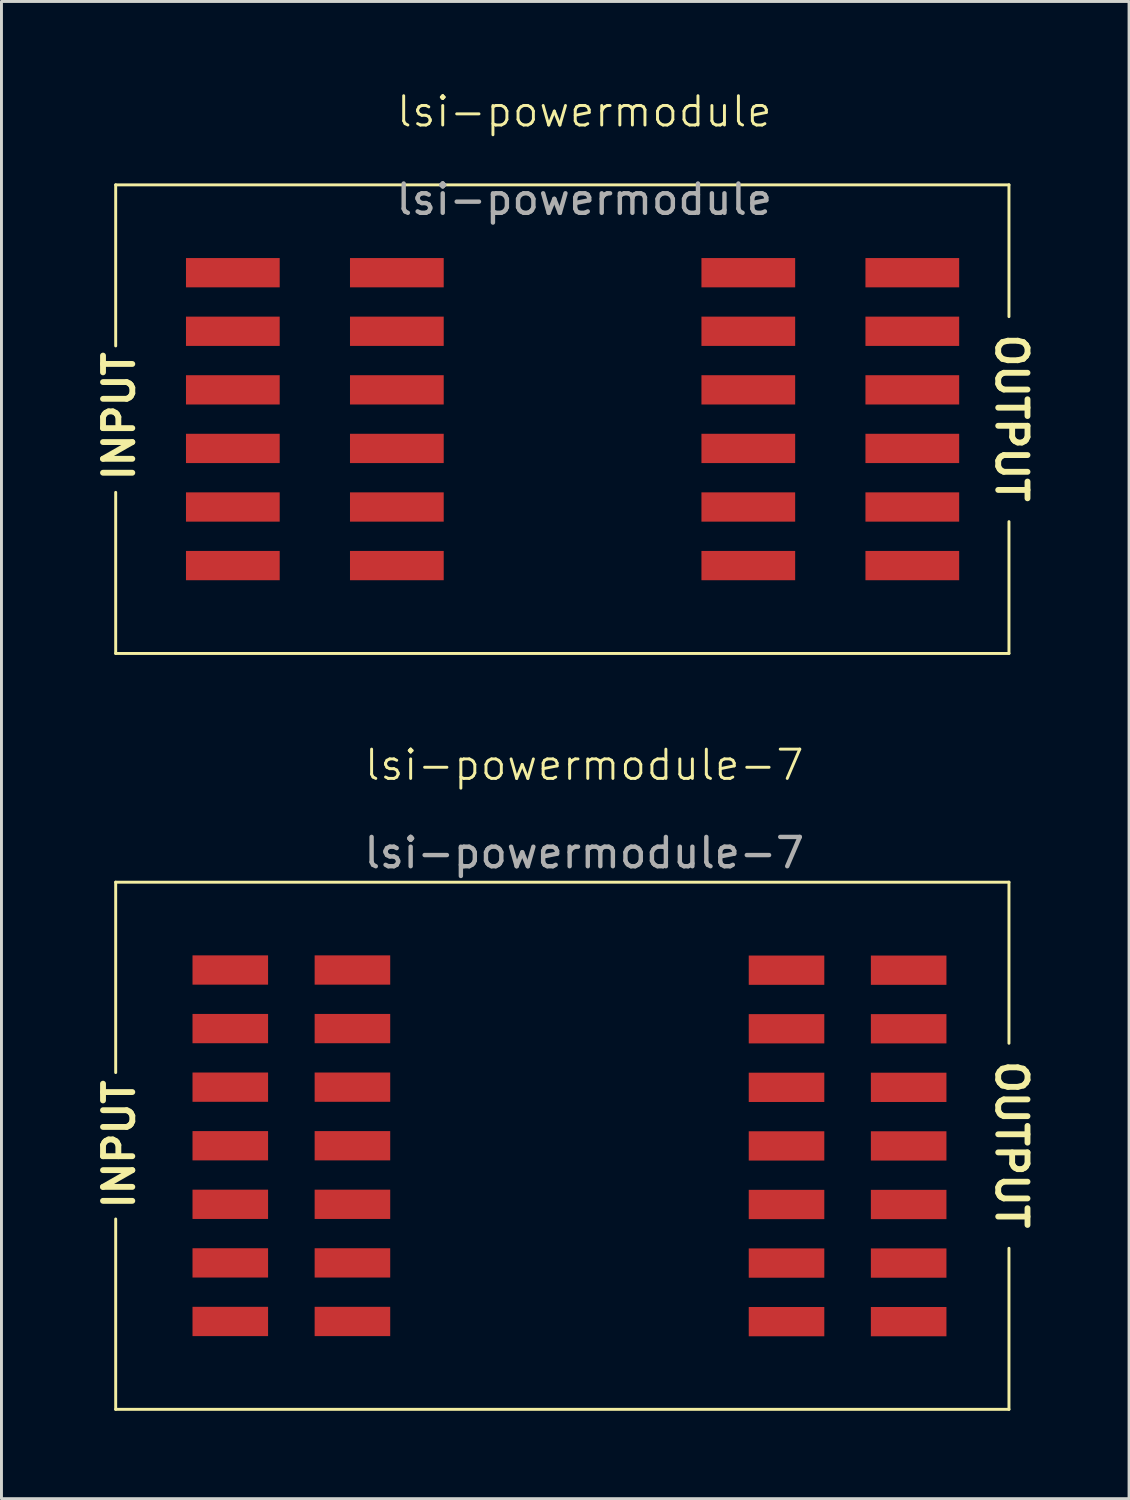
<source format=kicad_pcb>
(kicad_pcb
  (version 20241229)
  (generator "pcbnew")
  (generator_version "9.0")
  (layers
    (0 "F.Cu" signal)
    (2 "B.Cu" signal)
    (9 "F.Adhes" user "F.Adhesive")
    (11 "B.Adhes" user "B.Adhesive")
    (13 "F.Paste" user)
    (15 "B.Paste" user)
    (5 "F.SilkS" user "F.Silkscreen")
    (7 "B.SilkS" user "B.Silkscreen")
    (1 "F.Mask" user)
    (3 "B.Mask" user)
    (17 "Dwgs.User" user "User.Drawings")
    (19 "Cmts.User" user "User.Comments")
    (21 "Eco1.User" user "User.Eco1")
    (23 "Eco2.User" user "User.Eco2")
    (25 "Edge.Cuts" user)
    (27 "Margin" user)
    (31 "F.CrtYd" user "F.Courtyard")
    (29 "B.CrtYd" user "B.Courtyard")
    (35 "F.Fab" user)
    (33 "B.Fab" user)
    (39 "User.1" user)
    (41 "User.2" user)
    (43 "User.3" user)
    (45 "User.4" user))
  (footprint "lsi-powermodule-7"
    (layer "F.Cu")
    (at 4.9 30.071)
    (property "Reference" "lsi-powermodule-7" (at 12 -7 0) (unlocked yes) (layer "F.SilkS") (effects (font (size 1 1) (thickness 0.1))))
    (attr smd)
    (fp_line (start -4 -3) (end -4 3.5) (stroke (width 0.1) (type default)) (layer "F.SilkS"))
    (fp_line (start -4 15) (end -4 8.5) (stroke (width 0.1) (type default)) (layer "F.SilkS"))
    (fp_line (start 26.5 -3) (end -4 -3) (stroke (width 0.1) (type default)) (layer "F.SilkS"))
    (fp_line (start 26.5 2.5) (end 26.5 -3) (stroke (width 0.1) (type default)) (layer "F.SilkS"))
    (fp_line (start 26.5 9.5) (end 26.5 15) (stroke (width 0.1) (type default)) (layer "F.SilkS"))
    (fp_line (start 26.5 15) (end -4 15) (stroke (width 0.1) (type default)) (layer "F.SilkS"))
    (fp_text user "INPUT" (at -3.3 8.25 90) (unlocked yes) (layer "F.SilkS") (effects (font (size 1 1) (thickness 0.2) (bold yes)) (justify left bottom)))
    (fp_text user "OUTPUT" (at 26 3 270) (unlocked yes) (layer "F.SilkS") (effects (font (size 1 1) (thickness 0.2) (bold yes)) (justify left bottom)))
    (fp_text user "${REFERENCE}" (at 12 -4 0) (unlocked yes) (layer "F.Fab") (effects (font (size 1 1) (thickness 0.15))))
    (pad "1" smd rect (at -0.087 1.999) (size 2.58 1) (layers "F.Cu" "F.Mask" "F.Paste"))
    (pad "1" smd rect (at -0.087 3.999) (size 2.58 1) (layers "F.Cu" "F.Mask" "F.Paste"))
    (pad "1" smd rect (at -0.087 5.999) (size 2.58 1) (layers "F.Cu" "F.Mask" "F.Paste"))
    (pad "1" smd rect (at -0.087 7.999) (size 2.58 1) (layers "F.Cu" "F.Mask" "F.Paste"))
    (pad "1" smd rect (at -0.087 9.999) (size 2.58 1) (layers "F.Cu" "F.Mask" "F.Paste"))
    (pad "1" smd rect (at -0.087 11.999) (size 2.58 1) (layers "F.Cu" "F.Mask" "F.Paste"))
    (pad "2" smd rect (at 4.083 1.999) (size 2.58 1) (layers "F.Cu" "F.Mask" "F.Paste"))
    (pad "2" smd rect (at 4.083 3.999) (size 2.58 1) (layers "F.Cu" "F.Mask" "F.Paste"))
    (pad "2" smd rect (at 4.083 5.999) (size 2.58 1) (layers "F.Cu" "F.Mask" "F.Paste"))
    (pad "2" smd rect (at 4.083 7.999) (size 2.58 1) (layers "F.Cu" "F.Mask" "F.Paste"))
    (pad "2" smd rect (at 4.083 9.999) (size 2.58 1) (layers "F.Cu" "F.Mask" "F.Paste"))
    (pad "2" smd rect (at 4.083 11.999) (size 2.58 1) (layers "F.Cu" "F.Mask" "F.Paste"))
    (pad "3" smd rect (at 18.905 2.005) (size 2.58 1) (layers "F.Cu" "F.Mask" "F.Paste"))
    (pad "3" smd rect (at 18.905 4.005) (size 2.58 1) (layers "F.Cu" "F.Mask" "F.Paste"))
    (pad "3" smd rect (at 18.905 6.005) (size 2.58 1) (layers "F.Cu" "F.Mask" "F.Paste"))
    (pad "3" smd rect (at 18.905 8.005) (size 2.58 1) (layers "F.Cu" "F.Mask" "F.Paste"))
    (pad "3" smd rect (at 18.905 10.005) (size 2.58 1) (layers "F.Cu" "F.Mask" "F.Paste"))
    (pad "3" smd rect (at 18.905 12.005) (size 2.58 1) (layers "F.Cu" "F.Mask" "F.Paste"))
    (pad "4" smd rect (at 23.075 2.005) (size 2.58 1) (layers "F.Cu" "F.Mask" "F.Paste"))
    (pad "4" smd rect (at 23.075 4.005) (size 2.58 1) (layers "F.Cu" "F.Mask" "F.Paste"))
    (pad "4" smd rect (at 23.075 6.005) (size 2.58 1) (layers "F.Cu" "F.Mask" "F.Paste"))
    (pad "4" smd rect (at 23.075 8.005) (size 2.58 1) (layers "F.Cu" "F.Mask" "F.Paste"))
    (pad "4" smd rect (at 23.075 10.005) (size 2.58 1) (layers "F.Cu" "F.Mask" "F.Paste"))
    (pad "4" smd rect (at 23.075 12.005) (size 2.58 1) (layers "F.Cu" "F.Mask" "F.Paste"))
    (pad "5" smd rect (at -0.087 -0.001) (size 2.58 1) (layers "F.Cu" "F.Mask" "F.Paste"))
    (pad "6" smd rect (at 4.083 -0.001) (size 2.58 1) (layers "F.Cu" "F.Mask" "F.Paste"))
    (pad "7" smd rect (at 18.905 0.005) (size 2.58 1) (layers "F.Cu" "F.Mask" "F.Paste"))
    (pad "8" smd rect (at 23.075 0.005) (size 2.58 1) (layers "F.Cu" "F.Mask" "F.Paste")))
  (footprint "lsi-powermodule"
    (layer "F.Cu")
    (at 4.9 6.261)
    (property "Reference" "lsi-powermodule" (at 12 -5.5 0) (unlocked yes) (layer "F.SilkS") (effects (font (size 1 1) (thickness 0.1))))
    (attr smd)
    (fp_line (start -4 -3) (end -4 2.5) (stroke (width 0.1) (type default)) (layer "F.SilkS"))
    (fp_line (start -4 13) (end -4 7.5) (stroke (width 0.1) (type default)) (layer "F.SilkS"))
    (fp_line (start 26.5 -3) (end -4 -3) (stroke (width 0.1) (type default)) (layer "F.SilkS"))
    (fp_line (start 26.5 1.5) (end 26.5 -3) (stroke (width 0.1) (type default)) (layer "F.SilkS"))
    (fp_line (start 26.5 8.5) (end 26.5 13) (stroke (width 0.1) (type default)) (layer "F.SilkS"))
    (fp_line (start 26.5 13) (end -4 13) (stroke (width 0.1) (type default)) (layer "F.SilkS"))
    (fp_text user "OUTPUT" (at 26 2 270) (unlocked yes) (layer "F.SilkS") (effects (font (size 1 1) (thickness 0.2) (bold yes)) (justify left bottom)))
    (fp_text user "INPUT" (at -3.3 7.2 90) (unlocked yes) (layer "F.SilkS") (effects (font (size 1 1) (thickness 0.2) (bold yes)) (justify left bottom)))
    (fp_text user "${REFERENCE}" (at 12 -2.5 0) (unlocked yes) (layer "F.Fab") (effects (font (size 1 1) (thickness 0.15))))
    (pad "1" smd rect (at 0 0) (size 3.2 1) (layers "F.Cu" "F.Mask" "F.Paste"))
    (pad "1" smd rect (at 0 2) (size 3.2 1) (layers "F.Cu" "F.Mask" "F.Paste"))
    (pad "1" smd rect (at 0 4) (size 3.2 1) (layers "F.Cu" "F.Mask" "F.Paste"))
    (pad "1" smd rect (at 0 6) (size 3.2 1) (layers "F.Cu" "F.Mask" "F.Paste"))
    (pad "1" smd rect (at 0 8) (size 3.2 1) (layers "F.Cu" "F.Mask" "F.Paste"))
    (pad "1" smd rect (at 0 10) (size 3.2 1) (layers "F.Cu" "F.Mask" "F.Paste"))
    (pad "2" smd rect (at 5.6 0) (size 3.2 1) (layers "F.Cu" "F.Mask" "F.Paste"))
    (pad "2" smd rect (at 5.6 2) (size 3.2 1) (layers "F.Cu" "F.Mask" "F.Paste"))
    (pad "2" smd rect (at 5.6 4) (size 3.2 1) (layers "F.Cu" "F.Mask" "F.Paste"))
    (pad "2" smd rect (at 5.6 6) (size 3.2 1) (layers "F.Cu" "F.Mask" "F.Paste"))
    (pad "2" smd rect (at 5.6 8) (size 3.2 1) (layers "F.Cu" "F.Mask" "F.Paste"))
    (pad "2" smd rect (at 5.6 10) (size 3.2 1) (layers "F.Cu" "F.Mask" "F.Paste"))
    (pad "3" smd rect (at 17.6 0) (size 3.2 1) (layers "F.Cu" "F.Mask" "F.Paste"))
    (pad "3" smd rect (at 17.6 2) (size 3.2 1) (layers "F.Cu" "F.Mask" "F.Paste"))
    (pad "3" smd rect (at 17.6 4) (size 3.2 1) (layers "F.Cu" "F.Mask" "F.Paste"))
    (pad "3" smd rect (at 17.6 6) (size 3.2 1) (layers "F.Cu" "F.Mask" "F.Paste"))
    (pad "3" smd rect (at 17.6 8) (size 3.2 1) (layers "F.Cu" "F.Mask" "F.Paste"))
    (pad "3" smd rect (at 17.6 10) (size 3.2 1) (layers "F.Cu" "F.Mask" "F.Paste"))
    (pad "4" smd rect (at 23.2 0) (size 3.2 1) (layers "F.Cu" "F.Mask" "F.Paste"))
    (pad "4" smd rect (at 23.2 2) (size 3.2 1) (layers "F.Cu" "F.Mask" "F.Paste"))
    (pad "4" smd rect (at 23.2 4) (size 3.2 1) (layers "F.Cu" "F.Mask" "F.Paste"))
    (pad "4" smd rect (at 23.2 6) (size 3.2 1) (layers "F.Cu" "F.Mask" "F.Paste"))
    (pad "4" smd rect (at 23.2 8) (size 3.2 1) (layers "F.Cu" "F.Mask" "F.Paste"))
    (pad "4" smd rect (at 23.2 10) (size 3.2 1) (layers "F.Cu" "F.Mask" "F.Paste")))
  (gr_rect
    (start -3 -3)
    (end 35.5 48.121)
    (stroke (width 0.1) (type default))
    (fill no)
    (layer "Edge.Cuts")))
</source>
